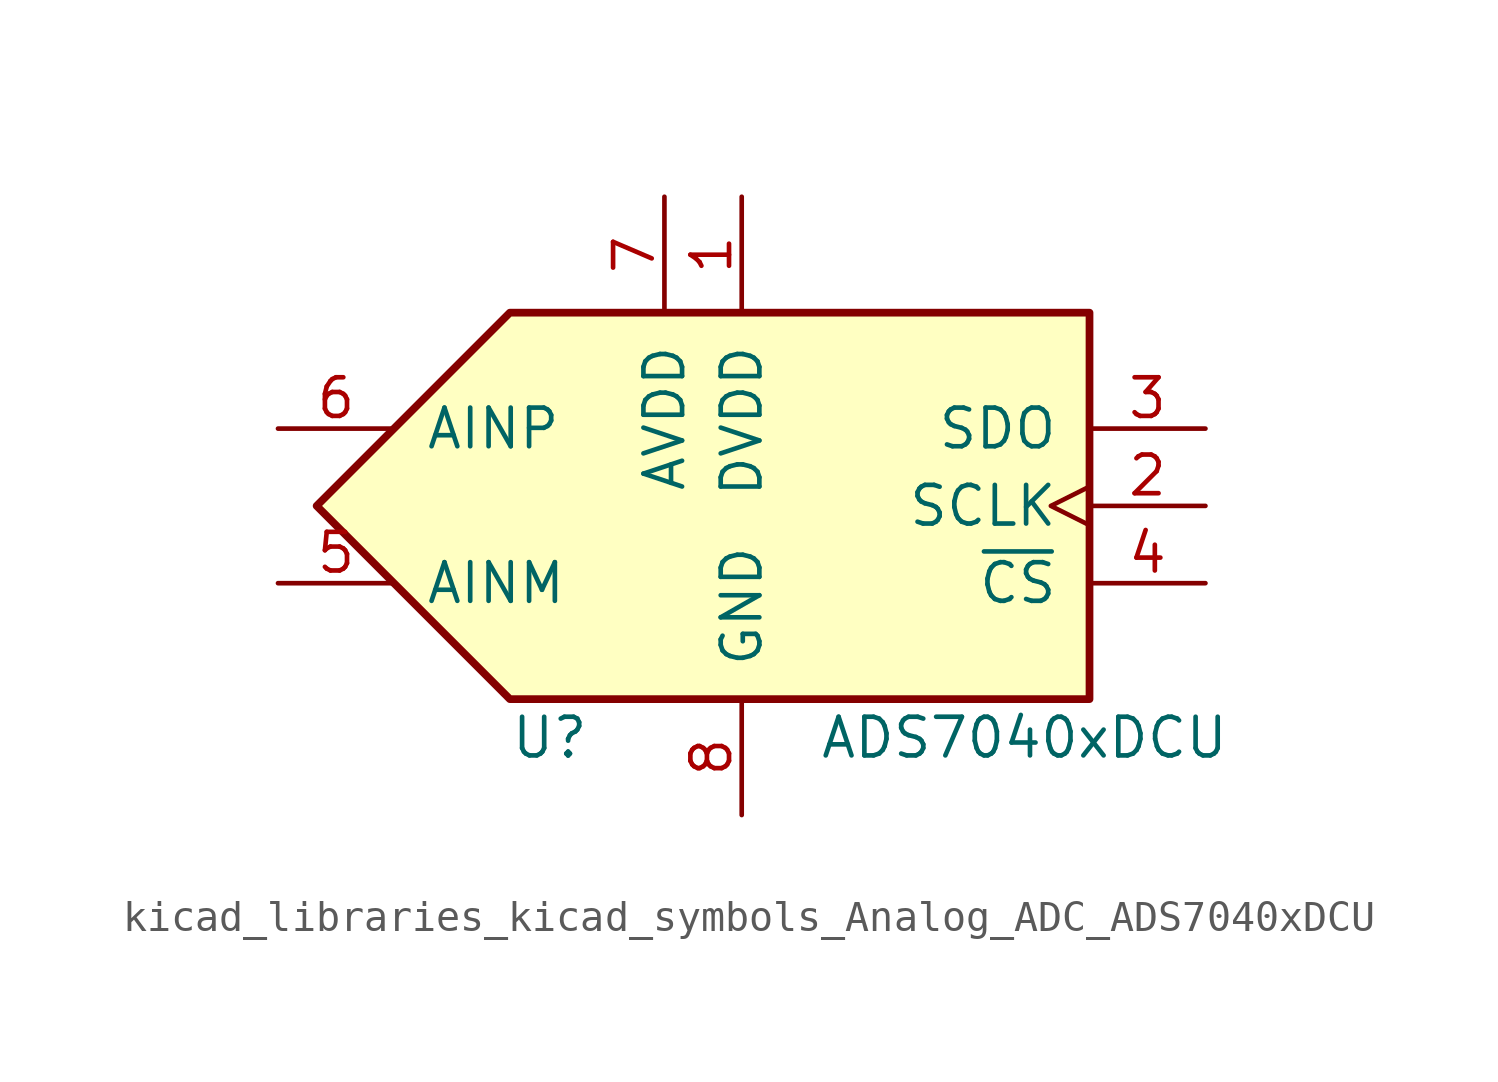
<source format=kicad_sym>
(kicad_symbol_lib
  (version 20220914)
  (generator kicad_symbol_editor)
  (symbol "kicad_libraries_kicad_symbols_Analog_ADC_ADS7040xDCU"
    (pin_names
      (offset 1.016))
    (property "Reference" "U"
      (at -7.62 -7.62 0)
      (effects (font (size 1.27 1.27)) (justify left)))
    (property "Value" "ADS7040xDCU"
      (at 2.54 -7.62 0)
      (effects (font (size 1.27 1.27)) (justify left)))
    (symbol "kicad_libraries_kicad_symbols_Analog_ADC_ADS7040xDCU_0_1"
      (polyline (pts (xy -13.97 0) (xy -7.62 6.35) (xy 11.43 6.35) (xy 11.43 -6.35) (xy -7.62 -6.35) (xy -13.97 0)) (stroke (width 0.254) (type default)) (fill (type background))))
    (symbol "kicad_libraries_kicad_symbols_Analog_ADC_ADS7040xDCU_1_1"
      (pin power_in line (at 0 10.16 270) (length 3.81) (name "DVDD" (effects (font (size 1.27 1.27)))) (number "1" (effects (font (size 1.27 1.27)))))
      (pin input clock (at 15.24 0 180) (length 3.81) (name "SCLK" (effects (font (size 1.27 1.27)))) (number "2" (effects (font (size 1.27 1.27)))))
      (pin output line (at 15.24 2.54 180) (length 3.81) (name "SDO" (effects (font (size 1.27 1.27)))) (number "3" (effects (font (size 1.27 1.27)))))
      (pin input line (at 15.24 -2.54 180) (length 3.81) (name "~{CS}" (effects (font (size 1.27 1.27)))) (number "4" (effects (font (size 1.27 1.27)))))
      (pin input line (at -15.24 -2.54 0) (length 3.81) (name "AINM" (effects (font (size 1.27 1.27)))) (number "5" (effects (font (size 1.27 1.27)))))
      (pin input line (at -15.24 2.54 0) (length 3.81) (name "AINP" (effects (font (size 1.27 1.27)))) (number "6" (effects (font (size 1.27 1.27)))))
      (pin power_in line (at -2.54 10.16 270) (length 3.81) (name "AVDD" (effects (font (size 1.27 1.27)))) (number "7" (effects (font (size 1.27 1.27)))))
      (pin power_in line (at 0 -10.16 90) (length 3.81) (name "GND" (effects (font (size 1.27 1.27)))) (number "8" (effects (font (size 1.27 1.27))))))))
</source>
